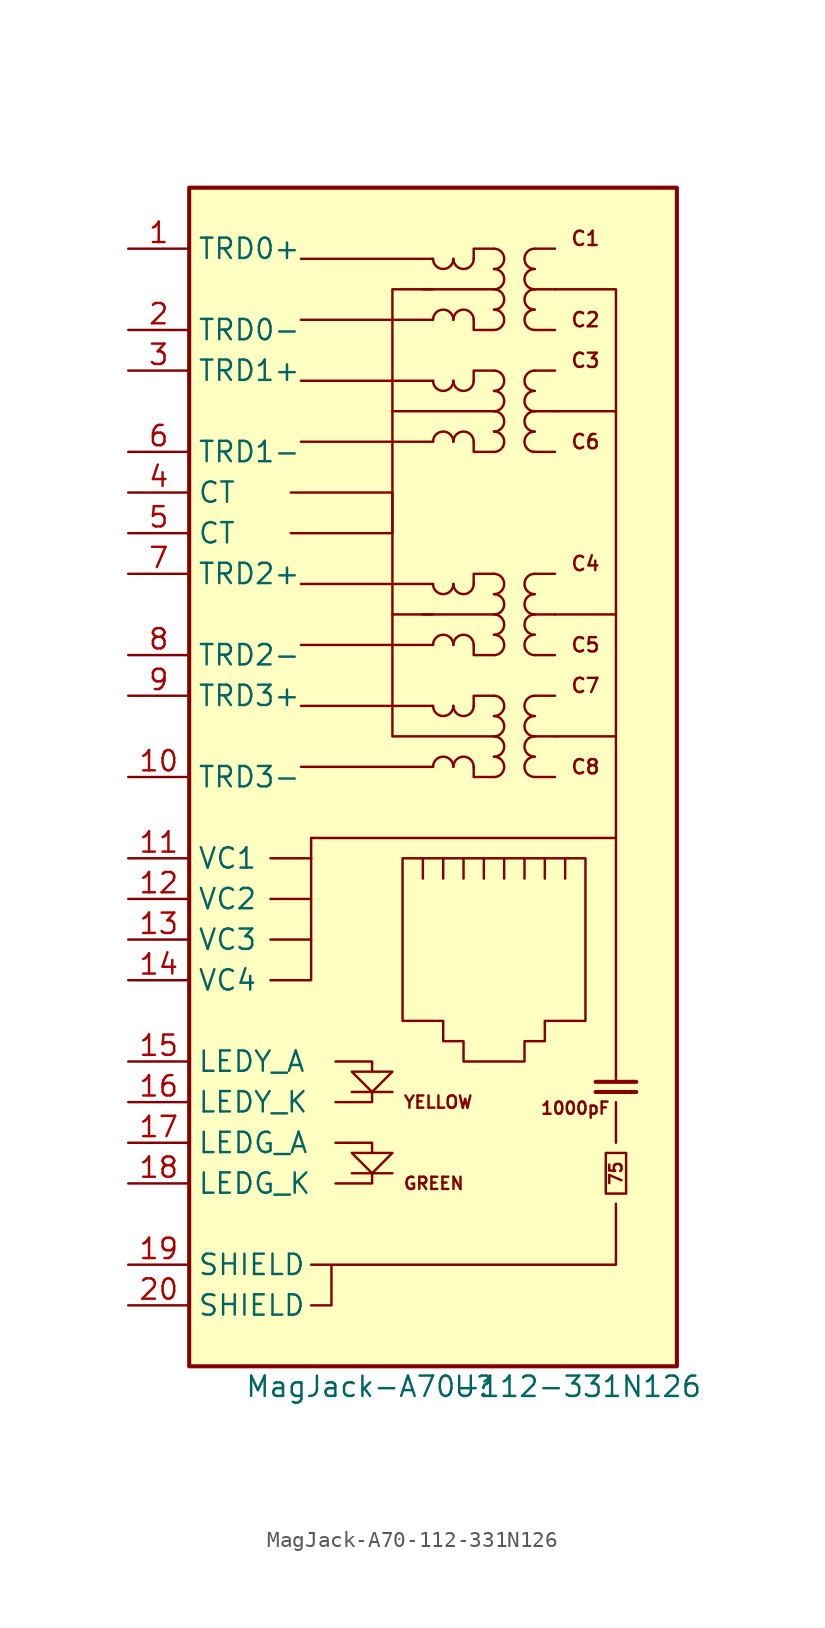
<source format=kicad_sym>
(kicad_symbol_lib
  (version 20231120)
  (generator "kicad_symbol_editor")
  (generator_version "8.0")
  (symbol "MagJack-A70-112-331N126"
    (property "Reference" "U"
      (at 0 0 0)
      (effects (font (size 1.27 1.27))))
    (property "Value" "MagJack-A70-112-331N126"
      (at 0 0 0)
      (effects (font (size 1.27 1.27))))
    (symbol "MagJack-A70-112-331N126_0_1"
      (polyline (pts (xy 1.27 40.64) (xy -5.08 40.64) (xy -5.08 48.26) (xy -2.54 48.26) (xy -5.08 48.26)) (stroke (width 0) (type default)) (fill (type none)))
      (polyline (pts (xy 1.27 60.96) (xy -5.08 60.96) (xy -5.08 68.58) (xy -2.54 68.58) (xy -5.08 68.58)) (stroke (width 0) (type default)) (fill (type none))))
    (symbol "MagJack-A70-112-331N126_1_1"
      (rectangle (start -17.78 1.27) (end 12.7 74.93) (stroke (width 0.254) (type default)) (fill (type background)))
      (arc (start -2.54 42.545) (mid -1.905 41.9127) (end -1.27 42.545) (stroke (width 0) (type default)) (fill (type none)))
      (arc (start -2.54 50.165) (mid -1.905 49.5327) (end -1.27 50.165) (stroke (width 0) (type default)) (fill (type none)))
      (arc (start -2.54 62.865) (mid -1.905 62.2327) (end -1.27 62.865) (stroke (width 0) (type default)) (fill (type none)))
      (arc (start -2.54 70.485) (mid -1.905 69.8527) (end -1.27 70.485) (stroke (width 0) (type default)) (fill (type none)))
      (arc (start -1.27 38.735) (mid -1.905 39.3673) (end -2.54 38.735) (stroke (width 0) (type default)) (fill (type none)))
      (arc (start -1.27 42.545) (mid -0.635 41.9127) (end 0 42.545) (stroke (width 0) (type default)) (fill (type none)))
      (arc (start -1.27 46.355) (mid -1.905 46.9873) (end -2.54 46.355) (stroke (width 0) (type default)) (fill (type none)))
      (arc (start -1.27 50.165) (mid -0.635 49.5327) (end 0 50.165) (stroke (width 0) (type default)) (fill (type none)))
      (arc (start -1.27 59.055) (mid -1.905 59.6873) (end -2.54 59.055) (stroke (width 0) (type default)) (fill (type none)))
      (arc (start -1.27 62.865) (mid -0.635 62.2327) (end 0 62.865) (stroke (width 0) (type default)) (fill (type none)))
      (arc (start -1.27 66.675) (mid -1.905 67.3073) (end -2.54 66.675) (stroke (width 0) (type default)) (fill (type none)))
      (arc (start -1.27 70.485) (mid -0.635 69.8527) (end 0 70.485) (stroke (width 0) (type default)) (fill (type none)))
      (polyline (pts (xy -12.7 27.94) (xy -10.16 27.94)) (stroke (width 0) (type default)) (fill (type none)))
      (polyline (pts (xy -12.7 30.48) (xy -10.16 30.48)) (stroke (width 0) (type default)) (fill (type none)))
      (polyline (pts (xy -12.7 33.02) (xy -10.16 33.02)) (stroke (width 0) (type default)) (fill (type none)))
      (polyline (pts (xy -10.16 33.02) (xy -10.16 34.29)) (stroke (width 0) (type default)) (fill (type none)))
      (polyline (pts (xy -5.08 13.335) (xy -7.62 13.335)) (stroke (width 0) (type default)) (fill (type none)))
      (polyline (pts (xy -5.08 18.415) (xy -7.62 18.415)) (stroke (width 0) (type default)) (fill (type none)))
      (polyline (pts (xy -5.08 48.26) (xy -5.08 60.96)) (stroke (width 0) (type default)) (fill (type none)))
      (polyline (pts (xy -3.175 31.75) (xy -3.175 33.02)) (stroke (width 0) (type default)) (fill (type none)))
      (polyline (pts (xy -3.175 48.26) (xy 1.27 48.26)) (stroke (width 0) (type default)) (fill (type none)))
      (polyline (pts (xy -3.175 68.58) (xy 1.27 68.58)) (stroke (width 0) (type default)) (fill (type none)))
      (polyline (pts (xy -2.54 38.735) (xy -10.795 38.735)) (stroke (width 0) (type default)) (fill (type none)))
      (polyline (pts (xy -2.54 42.545) (xy -10.795 42.545)) (stroke (width 0) (type default)) (fill (type none)))
      (polyline (pts (xy -2.54 46.355) (xy -10.795 46.355)) (stroke (width 0) (type default)) (fill (type none)))
      (polyline (pts (xy -2.54 50.165) (xy -10.795 50.165)) (stroke (width 0) (type default)) (fill (type none)))
      (polyline (pts (xy -2.54 59.055) (xy -10.795 59.055)) (stroke (width 0) (type default)) (fill (type none)))
      (polyline (pts (xy -2.54 62.865) (xy -10.795 62.865)) (stroke (width 0) (type default)) (fill (type none)))
      (polyline (pts (xy -2.54 66.675) (xy -10.795 66.675)) (stroke (width 0) (type default)) (fill (type none)))
      (polyline (pts (xy -2.54 70.485) (xy -10.795 70.485)) (stroke (width 0) (type default)) (fill (type none)))
      (polyline (pts (xy -1.905 33.02) (xy -1.905 31.75)) (stroke (width 0) (type default)) (fill (type none)))
      (polyline (pts (xy -0.635 33.02) (xy -0.635 31.75)) (stroke (width 0) (type default)) (fill (type none)))
      (polyline (pts (xy 0.635 33.02) (xy 0.635 31.75)) (stroke (width 0) (type default)) (fill (type none)))
      (polyline (pts (xy 1.905 33.02) (xy 1.905 31.75)) (stroke (width 0) (type default)) (fill (type none)))
      (polyline (pts (xy 3.175 33.02) (xy 3.175 31.75)) (stroke (width 0) (type default)) (fill (type none)))
      (polyline (pts (xy 3.81 38.1) (xy 5.08 38.1)) (stroke (width 0) (type default)) (fill (type none)))
      (polyline (pts (xy 3.81 40.64) (xy 5.08 40.64)) (stroke (width 0) (type default)) (fill (type none)))
      (polyline (pts (xy 3.81 43.18) (xy 5.08 43.18)) (stroke (width 0) (type default)) (fill (type none)))
      (polyline (pts (xy 3.81 45.72) (xy 5.08 45.72)) (stroke (width 0) (type default)) (fill (type none)))
      (polyline (pts (xy 3.81 48.26) (xy 5.08 48.26)) (stroke (width 0) (type default)) (fill (type none)))
      (polyline (pts (xy 3.81 50.8) (xy 5.08 50.8)) (stroke (width 0) (type default)) (fill (type none)))
      (polyline (pts (xy 3.81 58.42) (xy 5.08 58.42)) (stroke (width 0) (type default)) (fill (type none)))
      (polyline (pts (xy 3.81 60.96) (xy 5.08 60.96)) (stroke (width 0) (type default)) (fill (type none)))
      (polyline (pts (xy 3.81 63.5) (xy 5.08 63.5)) (stroke (width 0) (type default)) (fill (type none)))
      (polyline (pts (xy 3.81 66.04) (xy 5.08 66.04)) (stroke (width 0) (type default)) (fill (type none)))
      (polyline (pts (xy 3.81 68.58) (xy 5.08 68.58)) (stroke (width 0) (type default)) (fill (type none)))
      (polyline (pts (xy 3.81 71.12) (xy 5.08 71.12)) (stroke (width 0) (type default)) (fill (type none)))
      (polyline (pts (xy 4.445 31.75) (xy 4.445 33.02)) (stroke (width 0) (type default)) (fill (type none)))
      (polyline (pts (xy 5.08 40.64) (xy 8.89 40.64)) (stroke (width 0) (type default)) (fill (type none)))
      (polyline (pts (xy 5.08 48.26) (xy 8.89 48.26)) (stroke (width 0) (type default)) (fill (type none)))
      (polyline (pts (xy 5.08 60.96) (xy 8.89 60.96)) (stroke (width 0) (type default)) (fill (type none)))
      (polyline (pts (xy 5.715 31.75) (xy 5.715 33.02)) (stroke (width 0) (type default)) (fill (type none)))
      (polyline (pts (xy 7.62 18.415) (xy 10.16 18.415)) (stroke (width 0.254) (type default)) (fill (type none)))
      (polyline (pts (xy 7.62 19.05) (xy 10.16 19.05)) (stroke (width 0.254) (type default)) (fill (type none)))
      (polyline (pts (xy 8.89 15.24) (xy 8.89 17.78)) (stroke (width 0) (type default)) (fill (type none)))
      (polyline (pts (xy 8.89 19.05) (xy 8.89 34.29)) (stroke (width 0) (type default)) (fill (type none)))
      (polyline (pts (xy -10.16 33.02) (xy -10.16 25.4) (xy -12.7 25.4)) (stroke (width 0) (type default)) (fill (type none)))
      (polyline (pts (xy -8.636 12.7) (xy -6.35 12.7) (xy -6.35 13.335)) (stroke (width 0) (type default)) (fill (type none)))
      (polyline (pts (xy -8.636 15.24) (xy -6.35 15.24) (xy -6.35 14.605)) (stroke (width 0) (type default)) (fill (type none)))
      (polyline (pts (xy -8.636 20.32) (xy -6.35 20.32) (xy -6.35 19.685)) (stroke (width 0) (type default)) (fill (type none)))
      (polyline (pts (xy -6.35 18.415) (xy -6.35 17.78) (xy -8.636 17.78)) (stroke (width 0) (type default)) (fill (type none)))
      (polyline (pts (xy 0 38.735) (xy 0 38.1) (xy 1.27 38.1)) (stroke (width 0) (type default)) (fill (type none)))
      (polyline (pts (xy 0 46.355) (xy 0 45.72) (xy 1.27 45.72)) (stroke (width 0) (type default)) (fill (type none)))
      (polyline (pts (xy 0 59.055) (xy 0 58.42) (xy 1.27 58.42)) (stroke (width 0) (type default)) (fill (type none)))
      (polyline (pts (xy 0 66.675) (xy 0 66.04) (xy 1.27 66.04)) (stroke (width 0) (type default)) (fill (type none)))
      (polyline (pts (xy 1.27 43.18) (xy 0 43.18) (xy 0 42.545)) (stroke (width 0) (type default)) (fill (type none)))
      (polyline (pts (xy 1.27 50.8) (xy 0 50.8) (xy 0 50.165)) (stroke (width 0) (type default)) (fill (type none)))
      (polyline (pts (xy 1.27 63.5) (xy 0 63.5) (xy 0 62.865)) (stroke (width 0) (type default)) (fill (type none)))
      (polyline (pts (xy 1.27 71.12) (xy 0 71.12) (xy 0 70.485)) (stroke (width 0) (type default)) (fill (type none)))
      (polyline (pts (xy -11.43 53.34) (xy -5.08 53.34) (xy -5.08 55.88) (xy -11.43 55.88)) (stroke (width 0) (type default)) (fill (type none)))
      (polyline (pts (xy -10.16 34.29) (xy 8.89 34.29) (xy 8.89 68.58) (xy 5.08 68.58)) (stroke (width 0) (type default)) (fill (type none)))
      (polyline (pts (xy -7.62 19.685) (xy -5.08 19.685) (xy -6.35 18.415) (xy -7.62 19.685)) (stroke (width 0) (type default)) (fill (type none)))
      (polyline (pts (xy -5.08 14.605) (xy -7.62 14.605) (xy -6.35 13.335) (xy -5.08 14.605)) (stroke (width 0) (type default)) (fill (type none)))
      (polyline (pts (xy -10.16 5.08) (xy -8.89 5.08) (xy -8.89 7.62) (xy -10.16 7.62) (xy -8.89 7.62) (xy 8.89 7.62) (xy 8.89 11.43)) (stroke (width 0) (type default)) (fill (type none)))
      (polyline (pts (xy -4.445 33.02) (xy 6.985 33.02) (xy 6.985 22.86) (xy 4.445 22.86) (xy 4.445 21.59) (xy 3.175 21.59) (xy 3.175 20.32) (xy -0.635 20.32) (xy -0.635 21.59) (xy -1.905 21.59) (xy -1.905 22.86) (xy -4.445 22.86) (xy -4.445 33.02)) (stroke (width 0) (type default)) (fill (type none)))
      (arc (start 0 38.735) (mid -0.635 39.3673) (end -1.27 38.735) (stroke (width 0) (type default)) (fill (type none)))
      (arc (start 0 46.355) (mid -0.635 46.9873) (end -1.27 46.355) (stroke (width 0) (type default)) (fill (type none)))
      (arc (start 0 59.055) (mid -0.635 59.6873) (end -1.27 59.055) (stroke (width 0) (type default)) (fill (type none)))
      (arc (start 0 66.675) (mid -0.635 67.3073) (end -1.27 66.675) (stroke (width 0) (type default)) (fill (type none)))
      (arc (start 1.27 38.1) (mid 1.9023 38.735) (end 1.27 39.37) (stroke (width 0) (type default)) (fill (type none)))
      (arc (start 1.27 39.37) (mid 1.9023 40.005) (end 1.27 40.64) (stroke (width 0) (type default)) (fill (type none)))
      (arc (start 1.27 40.64) (mid 1.9023 41.275) (end 1.27 41.91) (stroke (width 0) (type default)) (fill (type none)))
      (arc (start 1.27 41.91) (mid 1.9023 42.545) (end 1.27 43.18) (stroke (width 0) (type default)) (fill (type none)))
      (arc (start 1.27 45.72) (mid 1.9023 46.355) (end 1.27 46.99) (stroke (width 0) (type default)) (fill (type none)))
      (arc (start 1.27 46.99) (mid 1.9023 47.625) (end 1.27 48.26) (stroke (width 0) (type default)) (fill (type none)))
      (arc (start 1.27 48.26) (mid 1.9023 48.895) (end 1.27 49.53) (stroke (width 0) (type default)) (fill (type none)))
      (arc (start 1.27 49.53) (mid 1.9023 50.165) (end 1.27 50.8) (stroke (width 0) (type default)) (fill (type none)))
      (arc (start 1.27 58.42) (mid 1.9023 59.055) (end 1.27 59.69) (stroke (width 0) (type default)) (fill (type none)))
      (arc (start 1.27 59.69) (mid 1.9023 60.325) (end 1.27 60.96) (stroke (width 0) (type default)) (fill (type none)))
      (arc (start 1.27 60.96) (mid 1.9023 61.595) (end 1.27 62.23) (stroke (width 0) (type default)) (fill (type none)))
      (arc (start 1.27 62.23) (mid 1.9023 62.865) (end 1.27 63.5) (stroke (width 0) (type default)) (fill (type none)))
      (arc (start 1.27 66.04) (mid 1.9023 66.675) (end 1.27 67.31) (stroke (width 0) (type default)) (fill (type none)))
      (arc (start 1.27 67.31) (mid 1.9023 67.945) (end 1.27 68.58) (stroke (width 0) (type default)) (fill (type none)))
      (arc (start 1.27 68.58) (mid 1.9023 69.215) (end 1.27 69.85) (stroke (width 0) (type default)) (fill (type none)))
      (arc (start 1.27 69.85) (mid 1.9023 70.485) (end 1.27 71.12) (stroke (width 0) (type default)) (fill (type none)))
      (arc (start 3.81 39.37) (mid 3.1777 38.735) (end 3.81 38.1) (stroke (width 0) (type default)) (fill (type none)))
      (arc (start 3.81 40.64) (mid 3.1777 40.005) (end 3.81 39.37) (stroke (width 0) (type default)) (fill (type none)))
      (arc (start 3.81 41.91) (mid 3.1777 41.275) (end 3.81 40.64) (stroke (width 0) (type default)) (fill (type none)))
      (arc (start 3.81 43.18) (mid 3.1777 42.545) (end 3.81 41.91) (stroke (width 0) (type default)) (fill (type none)))
      (arc (start 3.81 46.99) (mid 3.1777 46.355) (end 3.81 45.72) (stroke (width 0) (type default)) (fill (type none)))
      (arc (start 3.81 48.26) (mid 3.1777 47.625) (end 3.81 46.99) (stroke (width 0) (type default)) (fill (type none)))
      (arc (start 3.81 49.53) (mid 3.1777 48.895) (end 3.81 48.26) (stroke (width 0) (type default)) (fill (type none)))
      (arc (start 3.81 50.8) (mid 3.1777 50.165) (end 3.81 49.53) (stroke (width 0) (type default)) (fill (type none)))
      (arc (start 3.81 59.69) (mid 3.1777 59.055) (end 3.81 58.42) (stroke (width 0) (type default)) (fill (type none)))
      (arc (start 3.81 60.96) (mid 3.1777 60.325) (end 3.81 59.69) (stroke (width 0) (type default)) (fill (type none)))
      (arc (start 3.81 62.23) (mid 3.1777 61.595) (end 3.81 60.96) (stroke (width 0) (type default)) (fill (type none)))
      (arc (start 3.81 63.5) (mid 3.1777 62.865) (end 3.81 62.23) (stroke (width 0) (type default)) (fill (type none)))
      (arc (start 3.81 67.31) (mid 3.1777 66.675) (end 3.81 66.04) (stroke (width 0) (type default)) (fill (type none)))
      (arc (start 3.81 68.58) (mid 3.1777 67.945) (end 3.81 67.31) (stroke (width 0) (type default)) (fill (type none)))
      (arc (start 3.81 69.85) (mid 3.1777 69.215) (end 3.81 68.58) (stroke (width 0) (type default)) (fill (type none)))
      (arc (start 3.81 71.12) (mid 3.1777 70.485) (end 3.81 69.85) (stroke (width 0) (type default)) (fill (type none)))
      (rectangle (start 9.525 12.065) (end 8.255 14.605) (stroke (width 0) (type default)) (fill (type none)))
      (text "1000pF" (at 6.35 17.399 0) (effects (font (size 0.762 0.762))))
      (text "75" (at 8.89 13.335 900) (effects (font (size 0.762 0.762))))
      (text "C1" (at 6.985 71.755 0) (effects (font (size 0.889 0.889))))
      (text "C2" (at 6.985 66.675 0) (effects (font (size 0.889 0.889))))
      (text "C3" (at 6.985 64.135 0) (effects (font (size 0.889 0.889))))
      (text "C4" (at 6.985 51.435 0) (effects (font (size 0.889 0.889))))
      (text "C5" (at 6.985 46.355 0) (effects (font (size 0.889 0.889))))
      (text "C6" (at 6.985 59.055 0) (effects (font (size 0.889 0.889))))
      (text "C7" (at 6.985 43.815 0) (effects (font (size 0.889 0.889))))
      (text "C8" (at 6.985 38.735 0) (effects (font (size 0.889 0.889))))
      (text "GREEN" (at -4.445 12.7 0) (effects (font (size 0.762 0.762)) (justify left)))
      (text "YELLOW" (at -4.445 17.78 0) (effects (font (size 0.762 0.762)) (justify left)))
      (pin passive line (at -21.59 71.12 0) (length 3.81) (name "TRD0+" (effects (font (size 1.27 1.27)))) (number "1" (effects (font (size 1.27 1.27)))))
      (pin passive line (at -21.59 38.1 0) (length 3.81) (name "TRD3-" (effects (font (size 1.27 1.27)))) (number "10" (effects (font (size 1.27 1.27)))))
      (pin passive line (at -21.59 33.02 0) (length 3.81) (name "VC1" (effects (font (size 1.27 1.27)))) (number "11" (effects (font (size 1.27 1.27)))))
      (pin passive line (at -21.59 30.48 0) (length 3.81) (name "VC2" (effects (font (size 1.27 1.27)))) (number "12" (effects (font (size 1.27 1.27)))))
      (pin passive line (at -21.59 27.94 0) (length 3.81) (name "VC3" (effects (font (size 1.27 1.27)))) (number "13" (effects (font (size 1.27 1.27)))))
      (pin passive line (at -21.59 25.4 0) (length 3.81) (name "VC4" (effects (font (size 1.27 1.27)))) (number "14" (effects (font (size 1.27 1.27)))))
      (pin passive line (at -21.59 20.32 0) (length 3.81) (name "LEDY_A" (effects (font (size 1.27 1.27)))) (number "15" (effects (font (size 1.27 1.27)))))
      (pin passive line (at -21.59 17.78 0) (length 3.81) (name "LEDY_K" (effects (font (size 1.27 1.27)))) (number "16" (effects (font (size 1.27 1.27)))))
      (pin passive line (at -21.59 15.24 0) (length 3.81) (name "LEDG_A" (effects (font (size 1.27 1.27)))) (number "17" (effects (font (size 1.27 1.27)))))
      (pin passive line (at -21.59 12.7 0) (length 3.81) (name "LEDG_K" (effects (font (size 1.27 1.27)))) (number "18" (effects (font (size 1.27 1.27)))))
      (pin passive line (at -21.59 7.62 0) (length 3.81) (name "SHIELD" (effects (font (size 1.27 1.27)))) (number "19" (effects (font (size 1.27 1.27)))))
      (pin passive line (at -21.59 66.04 0) (length 3.81) (name "TRD0-" (effects (font (size 1.27 1.27)))) (number "2" (effects (font (size 1.27 1.27)))))
      (pin passive line (at -21.59 5.08 0) (length 3.81) (name "SHIELD" (effects (font (size 1.27 1.27)))) (number "20" (effects (font (size 1.27 1.27)))))
      (pin passive line (at -21.59 63.5 0) (length 3.81) (name "TRD1+" (effects (font (size 1.27 1.27)))) (number "3" (effects (font (size 1.27 1.27)))))
      (pin passive line (at -21.59 55.88 0) (length 3.81) (name "CT" (effects (font (size 1.27 1.27)))) (number "4" (effects (font (size 1.27 1.27)))))
      (pin passive line (at -21.59 53.34 0) (length 3.81) (name "CT" (effects (font (size 1.27 1.27)))) (number "5" (effects (font (size 1.27 1.27)))))
      (pin passive line (at -21.59 58.42 0) (length 3.81) (name "TRD1-" (effects (font (size 1.27 1.27)))) (number "6" (effects (font (size 1.27 1.27)))))
      (pin passive line (at -21.59 50.8 0) (length 3.81) (name "TRD2+" (effects (font (size 1.27 1.27)))) (number "7" (effects (font (size 1.27 1.27)))))
      (pin passive line (at -21.59 45.72 0) (length 3.81) (name "TRD2-" (effects (font (size 1.27 1.27)))) (number "8" (effects (font (size 1.27 1.27)))))
      (pin passive line (at -21.59 43.18 0) (length 3.81) (name "TRD3+" (effects (font (size 1.27 1.27)))) (number "9" (effects (font (size 1.27 1.27))))))))
</source>
